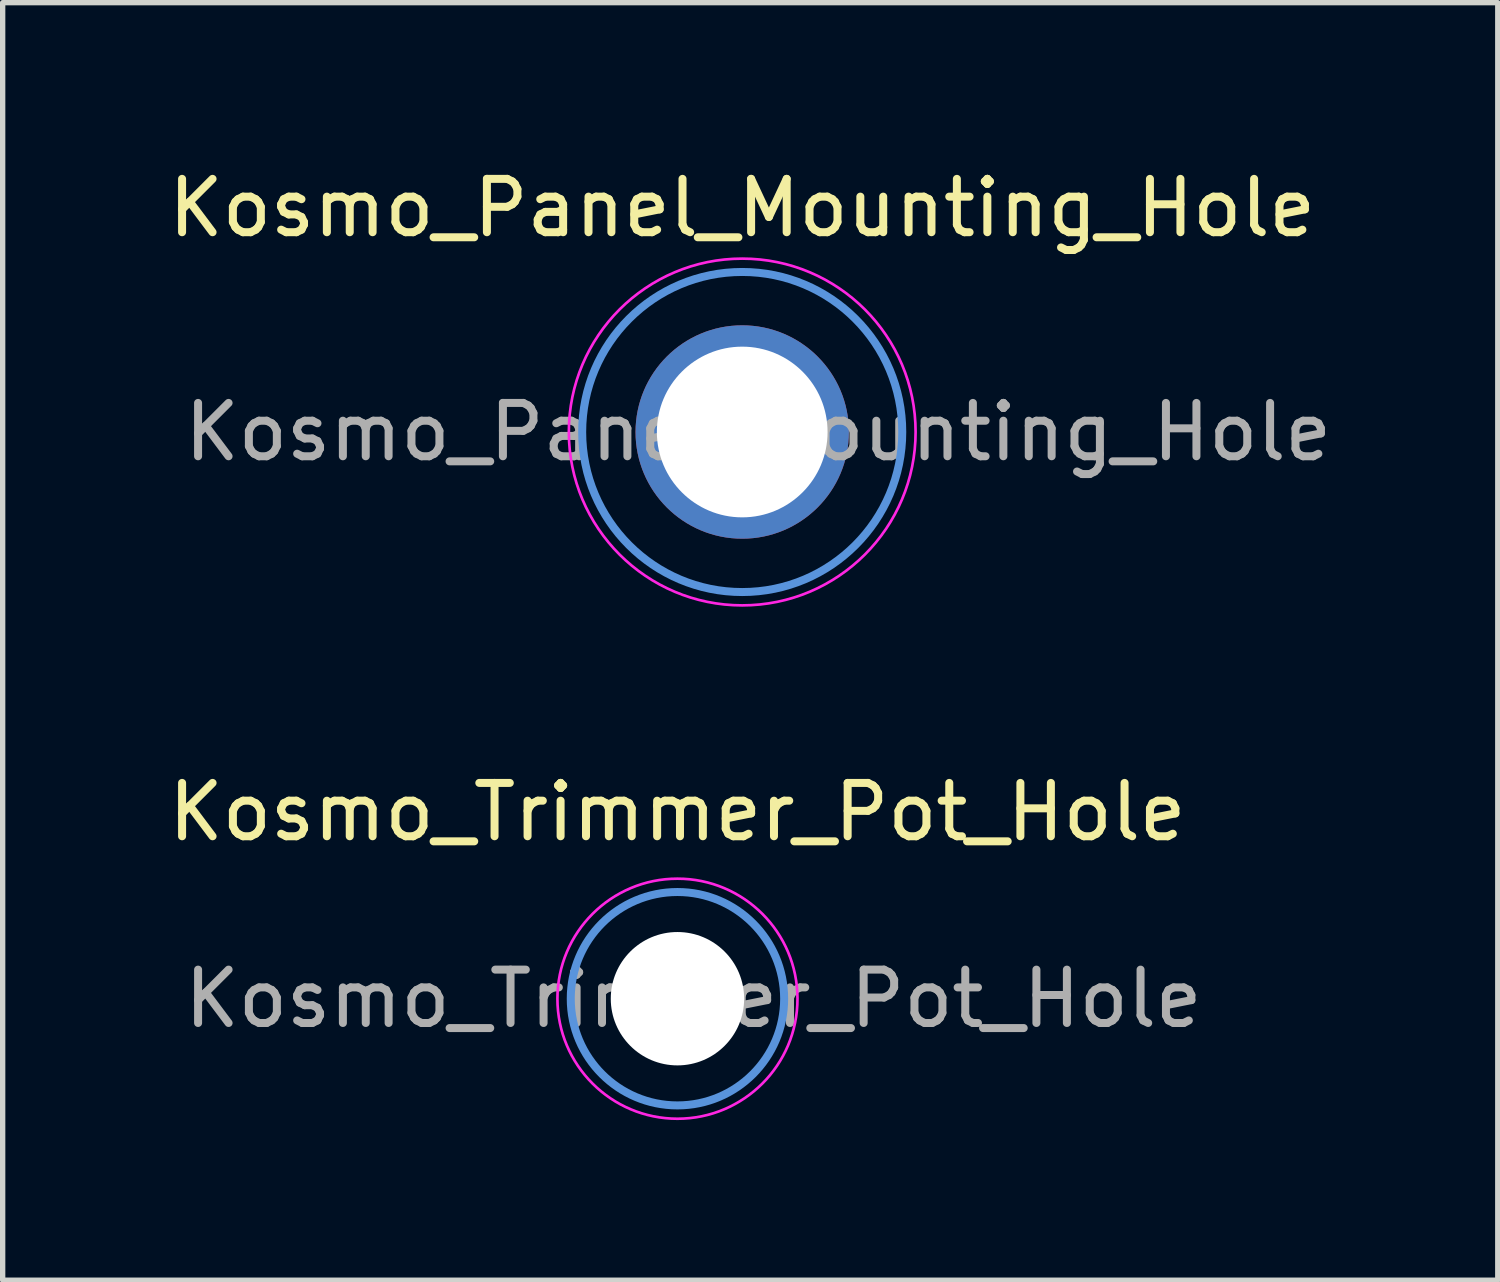
<source format=kicad_pcb>
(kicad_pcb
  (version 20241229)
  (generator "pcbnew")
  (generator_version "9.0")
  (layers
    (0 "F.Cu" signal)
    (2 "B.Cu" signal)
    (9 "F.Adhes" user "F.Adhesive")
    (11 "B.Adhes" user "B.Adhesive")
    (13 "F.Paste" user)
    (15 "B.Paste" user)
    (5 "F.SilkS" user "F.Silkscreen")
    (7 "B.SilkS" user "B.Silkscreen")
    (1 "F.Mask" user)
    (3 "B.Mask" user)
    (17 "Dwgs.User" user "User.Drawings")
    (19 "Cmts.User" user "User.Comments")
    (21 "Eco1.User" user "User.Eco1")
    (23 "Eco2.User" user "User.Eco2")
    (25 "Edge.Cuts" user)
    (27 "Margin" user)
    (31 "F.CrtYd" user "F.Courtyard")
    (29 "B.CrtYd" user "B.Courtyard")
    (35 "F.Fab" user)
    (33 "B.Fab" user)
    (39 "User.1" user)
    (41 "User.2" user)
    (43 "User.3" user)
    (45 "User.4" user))
  (footprint "Kosmo_Panel_Mounting_Hole"
    (layer "F.Cu")
    (at 10.863 5.048)
    (property "Reference" "Kosmo_Panel_Mounting_Hole" (at 0 -4.2 0) (layer "F.SilkS") (effects (font (size 1 1) (thickness 0.15))))
    (attr exclude_from_pos_files exclude_from_bom)
    (fp_circle (center 0 0) (end 3 0) (stroke (width 0.15) (type solid)) (fill no) (layer "Cmts.User"))
    (fp_circle (center 0 0) (end 3.25 0) (stroke (width 0.05) (type solid)) (fill no) (layer "F.CrtYd"))
    (fp_text user "${REFERENCE}" (at 0.3 0 0) (layer "F.Fab") (effects (font (size 1 1) (thickness 0.15))))
    (pad "1" thru_hole circle (at 0 0) (size 4 4) (drill 3.2) (layers "*.Cu" "*.Mask")))
  (footprint "Kosmo_Trimmer_Pot_Hole"
    (layer "F.Cu")
    (at 9.649 15.671)
    (property "Reference" "Kosmo_Trimmer_Pot_Hole" (at 0 -3.5 0) (layer "F.SilkS") (effects (font (size 1 1) (thickness 0.15))))
    (attr exclude_from_pos_files exclude_from_bom)
    (fp_circle (center 0 0) (end 2 0) (stroke (width 0.15) (type solid)) (fill no) (layer "Cmts.User"))
    (fp_circle (center 0 0) (end 2.25 0) (stroke (width 0.05) (type solid)) (fill no) (layer "F.CrtYd"))
    (fp_text user "${REFERENCE}" (at 0.3 0 0) (layer "F.Fab") (effects (font (size 1 1) (thickness 0.15))))
    (pad "" np_thru_hole circle (at 0 0) (size 2.5 2.5) (drill 2.5) (layers "*.Cu" "*.Mask")))
  (gr_rect
    (start -3 -3)
    (end 25.026 20.947)
    (stroke (width 0.1) (type default))
    (fill no)
    (layer "Edge.Cuts")))
</source>
